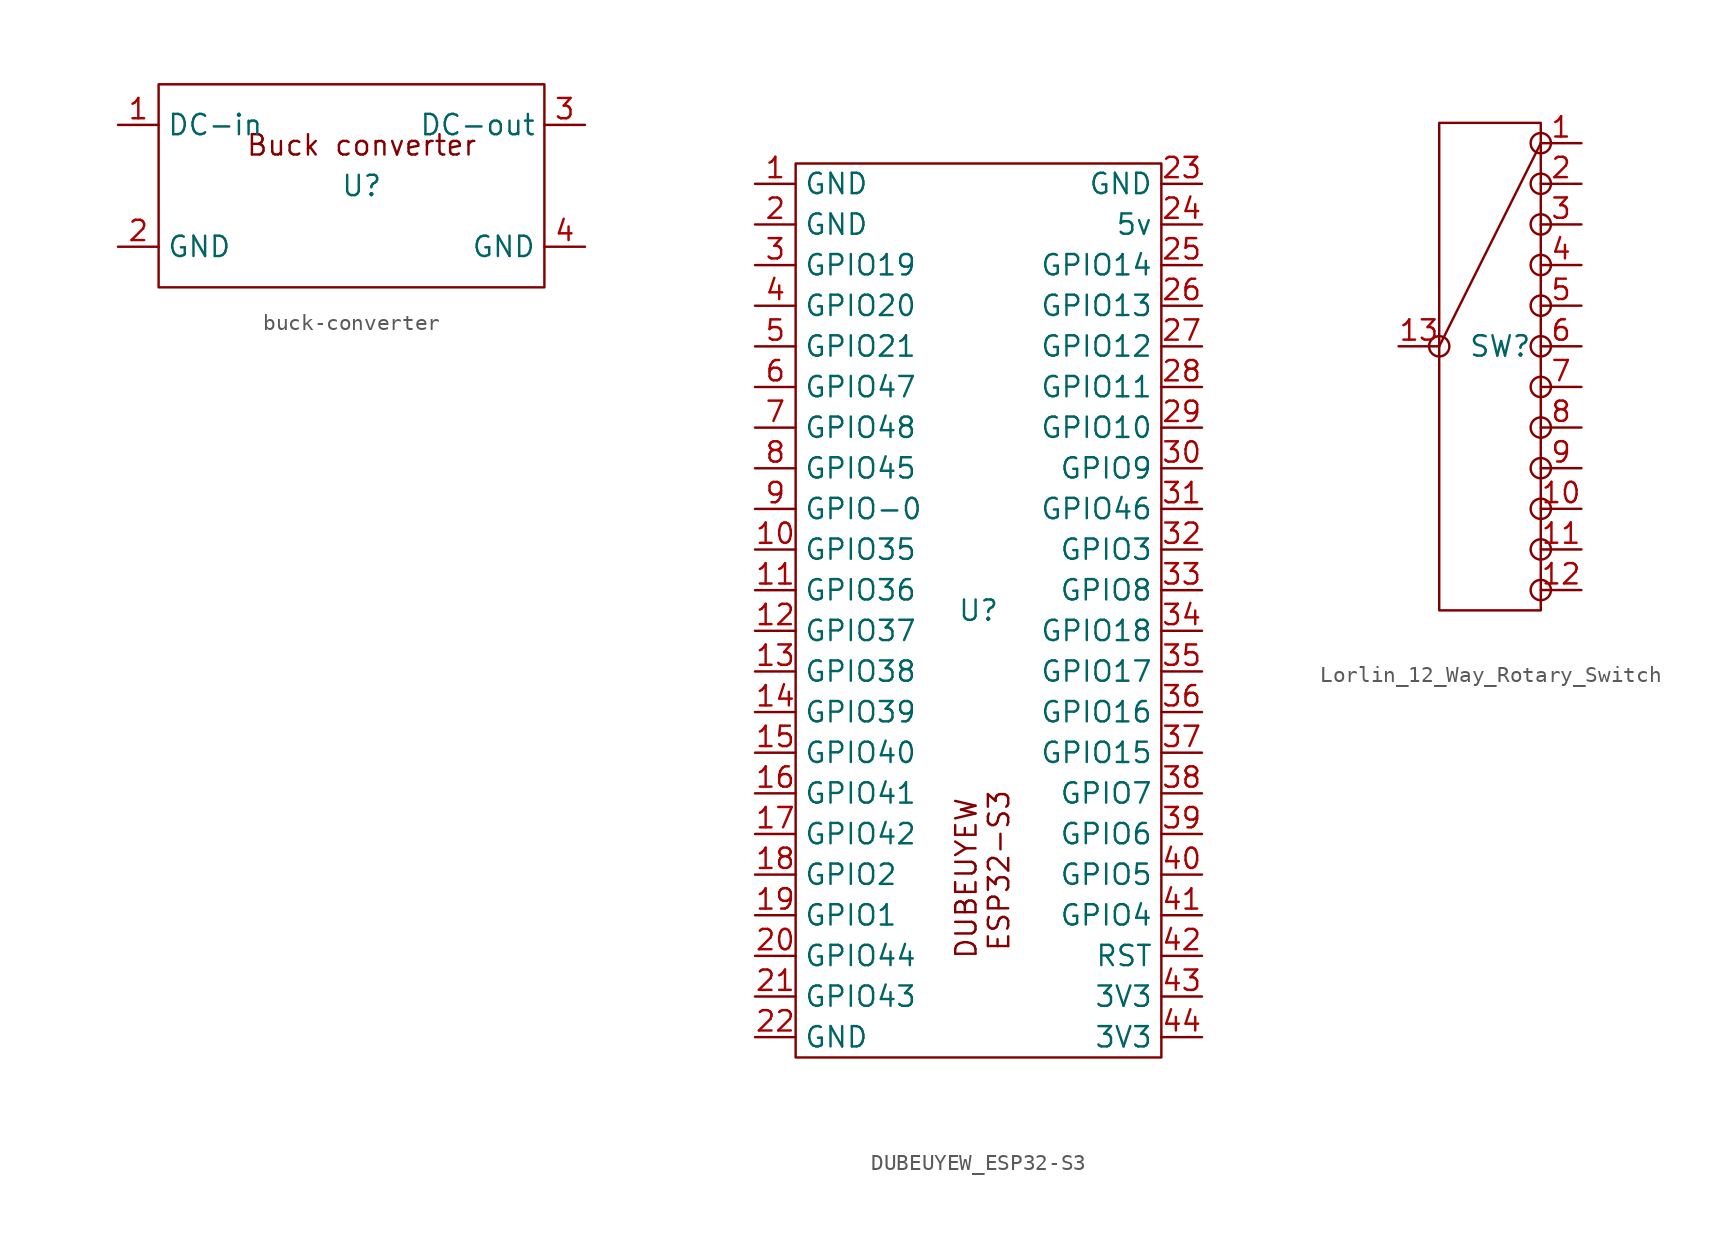
<source format=kicad_sym>
(kicad_symbol_lib
  (version 20241209)
  (generator "kicad_symbol_editor")
  (generator_version "9.0")
  (symbol "buck-converter"
    (property "Reference" "U"
      (at 0 0 0)
      (effects (font (size 1.27 1.27))))
    (property "Value" ""
      (at 0 0 0)
      (effects (font (size 1.27 1.27))))
    (symbol "buck-converter_0_1"
      (rectangle (start -12.7 6.35) (end 11.43 -6.35) (stroke (width 0) (type default)) (fill (type none))))
    (symbol "buck-converter_1_1"
      (text "Buck converter" (at 0 2.54 0) (effects (font (size 1.27 1.27))))
      (pin power_in line (at -15.24 3.81 0) (length 2.54) (name "DC-in" (effects (font (size 1.27 1.27)))) (number "1" (effects (font (size 1.27 1.27)))))
      (pin power_in line (at -15.24 -3.81 0) (length 2.54) (name "GND" (effects (font (size 1.27 1.27)))) (number "2" (effects (font (size 1.27 1.27)))))
      (pin power_out line (at 13.97 3.81 180) (length 2.54) (name "DC-out" (effects (font (size 1.27 1.27)))) (number "3" (effects (font (size 1.27 1.27)))))
      (pin power_out line (at 13.97 -3.81 180) (length 2.54) (name "GND" (effects (font (size 1.27 1.27)))) (number "4" (effects (font (size 1.27 1.27)))))))
  (symbol "DUBEUYEW_ESP32-S3"
    (property "Reference" "U"
      (at 0 0 0)
      (effects (font (size 1.27 1.27))))
    (property "Value" ""
      (at 0 0 0)
      (effects (font (size 1.27 1.27))))
    (symbol "DUBEUYEW_ESP32-S3_0_1"
      (rectangle (start -11.43 27.94) (end 11.43 -27.94) (stroke (width 0) (type default)) (fill (type none))))
    (symbol "DUBEUYEW_ESP32-S3_1_1"
      (text "DUBEUYEW \nESP32-S3" (at 0.254 -16.256 900) (effects (font (size 1.27 1.27))))
      (pin power_in line (at -13.97 26.67 0) (length 2.54) (name "GND" (effects (font (size 1.27 1.27)))) (number "1" (effects (font (size 1.27 1.27)))))
      (pin power_in line (at -13.97 24.13 0) (length 2.54) (name "GND" (effects (font (size 1.27 1.27)))) (number "2" (effects (font (size 1.27 1.27)))))
      (pin bidirectional line (at -13.97 21.59 0) (length 2.54) (name "GPIO19" (effects (font (size 1.27 1.27)))) (number "3" (effects (font (size 1.27 1.27)))))
      (pin bidirectional line (at -13.97 19.05 0) (length 2.54) (name "GPIO20" (effects (font (size 1.27 1.27)))) (number "4" (effects (font (size 1.27 1.27)))))
      (pin bidirectional line (at -13.97 16.51 0) (length 2.54) (name "GPIO21" (effects (font (size 1.27 1.27)))) (number "5" (effects (font (size 1.27 1.27)))))
      (pin bidirectional line (at -13.97 13.97 0) (length 2.54) (name "GPIO47" (effects (font (size 1.27 1.27)))) (number "6" (effects (font (size 1.27 1.27)))))
      (pin bidirectional line (at -13.97 11.43 0) (length 2.54) (name "GPIO48" (effects (font (size 1.27 1.27)))) (number "7" (effects (font (size 1.27 1.27)))))
      (pin bidirectional line (at -13.97 8.89 0) (length 2.54) (name "GPIO45" (effects (font (size 1.27 1.27)))) (number "8" (effects (font (size 1.27 1.27)))))
      (pin bidirectional line (at -13.97 6.35 0) (length 2.54) (name "GPIO-0" (effects (font (size 1.27 1.27)))) (number "9" (effects (font (size 1.27 1.27)))))
      (pin bidirectional line (at -13.97 3.81 0) (length 2.54) (name "GPIO35" (effects (font (size 1.27 1.27)))) (number "10" (effects (font (size 1.27 1.27)))))
      (pin bidirectional line (at -13.97 1.27 0) (length 2.54) (name "GPIO36" (effects (font (size 1.27 1.27)))) (number "11" (effects (font (size 1.27 1.27)))))
      (pin bidirectional line (at -13.97 -1.27 0) (length 2.54) (name "GPIO37" (effects (font (size 1.27 1.27)))) (number "12" (effects (font (size 1.27 1.27)))))
      (pin bidirectional line (at -13.97 -3.81 0) (length 2.54) (name "GPIO38" (effects (font (size 1.27 1.27)))) (number "13" (effects (font (size 1.27 1.27)))))
      (pin bidirectional line (at -13.97 -6.35 0) (length 2.54) (name "GPIO39" (effects (font (size 1.27 1.27)))) (number "14" (effects (font (size 1.27 1.27)))))
      (pin bidirectional line (at -13.97 -8.89 0) (length 2.54) (name "GPIO40" (effects (font (size 1.27 1.27)))) (number "15" (effects (font (size 1.27 1.27)))))
      (pin bidirectional line (at -13.97 -11.43 0) (length 2.54) (name "GPIO41" (effects (font (size 1.27 1.27)))) (number "16" (effects (font (size 1.27 1.27)))))
      (pin bidirectional line (at -13.97 -13.97 0) (length 2.54) (name "GPIO42" (effects (font (size 1.27 1.27)))) (number "17" (effects (font (size 1.27 1.27)))))
      (pin bidirectional line (at -13.97 -16.51 0) (length 2.54) (name "GPIO2" (effects (font (size 1.27 1.27)))) (number "18" (effects (font (size 1.27 1.27)))))
      (pin bidirectional line (at -13.97 -19.05 0) (length 2.54) (name "GPIO1" (effects (font (size 1.27 1.27)))) (number "19" (effects (font (size 1.27 1.27)))))
      (pin bidirectional line (at -13.97 -21.59 0) (length 2.54) (name "GPIO44" (effects (font (size 1.27 1.27)))) (number "20" (effects (font (size 1.27 1.27)))))
      (pin bidirectional line (at -13.97 -24.13 0) (length 2.54) (name "GPIO43" (effects (font (size 1.27 1.27)))) (number "21" (effects (font (size 1.27 1.27)))))
      (pin power_in line (at -13.97 -26.67 0) (length 2.54) (name "GND" (effects (font (size 1.27 1.27)))) (number "22" (effects (font (size 1.27 1.27)))))
      (pin power_in line (at 13.97 26.67 180) (length 2.54) (name "GND" (effects (font (size 1.27 1.27)))) (number "23" (effects (font (size 1.27 1.27)))))
      (pin power_in line (at 13.97 24.13 180) (length 2.54) (name "5v" (effects (font (size 1.27 1.27)))) (number "24" (effects (font (size 1.27 1.27)))))
      (pin bidirectional line (at 13.97 21.59 180) (length 2.54) (name "GPIO14" (effects (font (size 1.27 1.27)))) (number "25" (effects (font (size 1.27 1.27)))))
      (pin bidirectional line (at 13.97 19.05 180) (length 2.54) (name "GPIO13" (effects (font (size 1.27 1.27)))) (number "26" (effects (font (size 1.27 1.27)))))
      (pin bidirectional line (at 13.97 16.51 180) (length 2.54) (name "GPIO12" (effects (font (size 1.27 1.27)))) (number "27" (effects (font (size 1.27 1.27)))))
      (pin bidirectional line (at 13.97 13.97 180) (length 2.54) (name "GPIO11" (effects (font (size 1.27 1.27)))) (number "28" (effects (font (size 1.27 1.27)))))
      (pin bidirectional line (at 13.97 11.43 180) (length 2.54) (name "GPIO10" (effects (font (size 1.27 1.27)))) (number "29" (effects (font (size 1.27 1.27)))))
      (pin bidirectional line (at 13.97 8.89 180) (length 2.54) (name "GPIO9" (effects (font (size 1.27 1.27)))) (number "30" (effects (font (size 1.27 1.27)))))
      (pin bidirectional line (at 13.97 6.35 180) (length 2.54) (name "GPIO46" (effects (font (size 1.27 1.27)))) (number "31" (effects (font (size 1.27 1.27)))))
      (pin bidirectional line (at 13.97 3.81 180) (length 2.54) (name "GPIO3" (effects (font (size 1.27 1.27)))) (number "32" (effects (font (size 1.27 1.27)))))
      (pin bidirectional line (at 13.97 1.27 180) (length 2.54) (name "GPIO8" (effects (font (size 1.27 1.27)))) (number "33" (effects (font (size 1.27 1.27)))))
      (pin bidirectional line (at 13.97 -1.27 180) (length 2.54) (name "GPIO18" (effects (font (size 1.27 1.27)))) (number "34" (effects (font (size 1.27 1.27)))))
      (pin bidirectional line (at 13.97 -3.81 180) (length 2.54) (name "GPIO17" (effects (font (size 1.27 1.27)))) (number "35" (effects (font (size 1.27 1.27)))))
      (pin bidirectional line (at 13.97 -6.35 180) (length 2.54) (name "GPIO16" (effects (font (size 1.27 1.27)))) (number "36" (effects (font (size 1.27 1.27)))))
      (pin bidirectional line (at 13.97 -8.89 180) (length 2.54) (name "GPIO15" (effects (font (size 1.27 1.27)))) (number "37" (effects (font (size 1.27 1.27)))))
      (pin bidirectional line (at 13.97 -11.43 180) (length 2.54) (name "GPIO7" (effects (font (size 1.27 1.27)))) (number "38" (effects (font (size 1.27 1.27)))))
      (pin bidirectional line (at 13.97 -13.97 180) (length 2.54) (name "GPIO6" (effects (font (size 1.27 1.27)))) (number "39" (effects (font (size 1.27 1.27)))))
      (pin bidirectional line (at 13.97 -16.51 180) (length 2.54) (name "GPIO5" (effects (font (size 1.27 1.27)))) (number "40" (effects (font (size 1.27 1.27)))))
      (pin bidirectional line (at 13.97 -19.05 180) (length 2.54) (name "GPIO4" (effects (font (size 1.27 1.27)))) (number "41" (effects (font (size 1.27 1.27)))))
      (pin input line (at 13.97 -21.59 180) (length 2.54) (name "RST" (effects (font (size 1.27 1.27)))) (number "42" (effects (font (size 1.27 1.27)))))
      (pin input line (at 13.97 -24.13 180) (length 2.54) (name "3V3" (effects (font (size 1.27 1.27)))) (number "43" (effects (font (size 1.27 1.27)))))
      (pin input line (at 13.97 -26.67 180) (length 2.54) (name "3V3" (effects (font (size 1.27 1.27)))) (number "44" (effects (font (size 1.27 1.27)))))))
  (symbol "Lorlin_12_Way_Rotary_Switch"
    (property "Reference" "SW"
      (at 0 0 0)
      (effects (font (size 1.27 1.27))))
    (property "Value" ""
      (at 0 0 0)
      (effects (font (size 1.27 1.27))))
    (symbol "Lorlin_12_Way_Rotary_Switch_0_1"
      (circle (center -3.81 0) (radius 0.635) (stroke (width 0) (type default)) (fill (type none)))
      (polyline (pts (xy -3.81 0) (xy 2.54 12.7)) (stroke (width 0) (type default)) (fill (type none)))
      (rectangle (start 2.54 13.97) (end -3.81 -16.51) (stroke (width 0) (type default)) (fill (type none)))
      (circle (center 2.54 12.7) (radius 0.635) (stroke (width 0) (type default)) (fill (type none)))
      (circle (center 2.54 10.16) (radius 0.635) (stroke (width 0) (type default)) (fill (type none)))
      (circle (center 2.54 7.62) (radius 0.635) (stroke (width 0) (type default)) (fill (type none)))
      (circle (center 2.54 5.08) (radius 0.635) (stroke (width 0) (type default)) (fill (type none)))
      (circle (center 2.54 2.54) (radius 0.635) (stroke (width 0) (type default)) (fill (type none)))
      (circle (center 2.54 0) (radius 0.635) (stroke (width 0) (type default)) (fill (type none)))
      (circle (center 2.54 -2.54) (radius 0.635) (stroke (width 0) (type default)) (fill (type none)))
      (circle (center 2.54 -5.08) (radius 0.635) (stroke (width 0) (type default)) (fill (type none)))
      (circle (center 2.54 -7.62) (radius 0.635) (stroke (width 0) (type default)) (fill (type none)))
      (circle (center 2.54 -10.16) (radius 0.635) (stroke (width 0) (type default)) (fill (type none)))
      (circle (center 2.54 -12.7) (radius 0.635) (stroke (width 0) (type default)) (fill (type none)))
      (circle (center 2.54 -15.24) (radius 0.635) (stroke (width 0) (type default)) (fill (type none))))
    (symbol "Lorlin_12_Way_Rotary_Switch_1_1"
      (pin passive line (at -6.35 0 0) (length 2.54) (name "" (effects (font (size 1.27 1.27)))) (number "13" (effects (font (size 1.27 1.27)))))
      (pin passive line (at 5.08 12.7 180) (length 2.54) (name "" (effects (font (size 1.27 1.27)))) (number "1" (effects (font (size 1.27 1.27)))))
      (pin passive line (at 5.08 10.16 180) (length 2.54) (name "" (effects (font (size 1.27 1.27)))) (number "2" (effects (font (size 1.27 1.27)))))
      (pin passive line (at 5.08 7.62 180) (length 2.54) (name "" (effects (font (size 1.27 1.27)))) (number "3" (effects (font (size 1.27 1.27)))))
      (pin passive line (at 5.08 5.08 180) (length 2.54) (name "" (effects (font (size 1.27 1.27)))) (number "4" (effects (font (size 1.27 1.27)))))
      (pin passive line (at 5.08 2.54 180) (length 2.54) (name "" (effects (font (size 1.27 1.27)))) (number "5" (effects (font (size 1.27 1.27)))))
      (pin passive line (at 5.08 0 180) (length 2.54) (name "" (effects (font (size 1.27 1.27)))) (number "6" (effects (font (size 1.27 1.27)))))
      (pin passive line (at 5.08 -2.54 180) (length 2.54) (name "" (effects (font (size 1.27 1.27)))) (number "7" (effects (font (size 1.27 1.27)))))
      (pin passive line (at 5.08 -5.08 180) (length 2.54) (name "" (effects (font (size 1.27 1.27)))) (number "8" (effects (font (size 1.27 1.27)))))
      (pin passive line (at 5.08 -7.62 180) (length 2.54) (name "" (effects (font (size 1.27 1.27)))) (number "9" (effects (font (size 1.27 1.27)))))
      (pin passive line (at 5.08 -10.16 180) (length 2.54) (name "" (effects (font (size 1.27 1.27)))) (number "10" (effects (font (size 1.27 1.27)))))
      (pin passive line (at 5.08 -12.7 180) (length 2.54) (name "" (effects (font (size 1.27 1.27)))) (number "11" (effects (font (size 1.27 1.27)))))
      (pin passive line (at 5.08 -15.24 180) (length 2.54) (name "" (effects (font (size 1.27 1.27)))) (number "12" (effects (font (size 1.27 1.27))))))))
</source>
